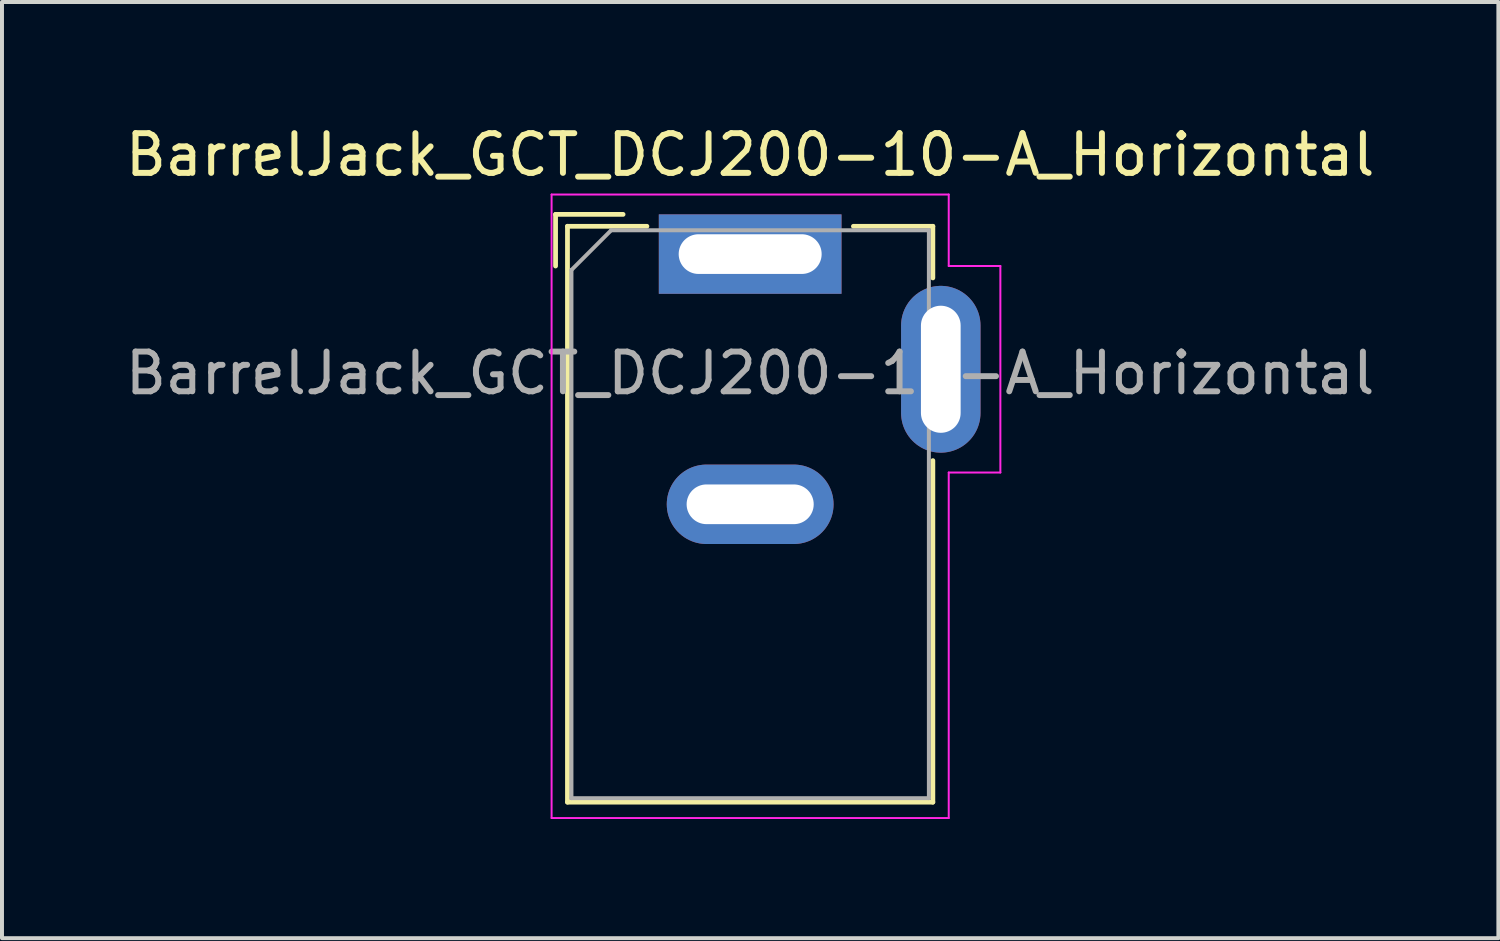
<source format=kicad_pcb>
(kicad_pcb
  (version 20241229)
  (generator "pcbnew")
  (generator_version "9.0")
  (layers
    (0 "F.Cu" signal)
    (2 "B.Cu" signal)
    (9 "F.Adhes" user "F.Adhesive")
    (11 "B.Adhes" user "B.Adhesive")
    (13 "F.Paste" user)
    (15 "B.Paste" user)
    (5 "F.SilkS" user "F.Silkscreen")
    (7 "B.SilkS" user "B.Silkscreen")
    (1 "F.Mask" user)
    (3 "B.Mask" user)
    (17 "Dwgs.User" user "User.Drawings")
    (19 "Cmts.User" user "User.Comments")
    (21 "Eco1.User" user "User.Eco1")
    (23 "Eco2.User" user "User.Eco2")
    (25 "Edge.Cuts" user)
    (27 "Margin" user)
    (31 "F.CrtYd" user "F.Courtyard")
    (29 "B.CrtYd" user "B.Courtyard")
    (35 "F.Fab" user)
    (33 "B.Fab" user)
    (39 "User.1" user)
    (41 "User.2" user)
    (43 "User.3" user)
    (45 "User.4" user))
  (footprint "BarrelJack_GCT_DCJ200-10-A_Horizontal"
    (layer "F.Cu")
    (at 15.839 3.348)
    (property "Reference" "BarrelJack_GCT_DCJ200-10-A_Horizontal" (at 0 -2.5 0) (layer "F.SilkS") (effects (font (size 1 1) (thickness 0.15))))
    (attr through_hole)
    (fp_line (start -4.9 -1) (end -4.9 0.3) (stroke (width 0.12) (type solid)) (layer "F.SilkS"))
    (fp_line (start -4.6 -0.7) (end -2.6 -0.7) (stroke (width 0.12) (type solid)) (layer "F.SilkS"))
    (fp_line (start -4.6 13.8) (end -4.6 -0.7) (stroke (width 0.12) (type solid)) (layer "F.SilkS"))
    (fp_line (start -3.2 -1) (end -4.9 -1) (stroke (width 0.12) (type solid)) (layer "F.SilkS"))
    (fp_line (start 2.6 -0.7) (end 4.6 -0.7) (stroke (width 0.12) (type solid)) (layer "F.SilkS"))
    (fp_line (start 4.6 -0.7) (end 4.6 0.6) (stroke (width 0.12) (type solid)) (layer "F.SilkS"))
    (fp_line (start 4.6 5.2) (end 4.6 13.8) (stroke (width 0.12) (type solid)) (layer "F.SilkS"))
    (fp_line (start 4.6 13.8) (end -4.6 13.8) (stroke (width 0.12) (type solid)) (layer "F.SilkS"))
    (fp_line (start -5 -1.5) (end -5 14.2) (stroke (width 0.05) (type solid)) (layer "F.CrtYd"))
    (fp_line (start -5 14.2) (end 5 14.2) (stroke (width 0.05) (type solid)) (layer "F.CrtYd"))
    (fp_line (start 5 -1.5) (end -5 -1.5) (stroke (width 0.05) (type solid)) (layer "F.CrtYd"))
    (fp_line (start 5 0.3) (end 5 -1.5) (stroke (width 0.05) (type solid)) (layer "F.CrtYd"))
    (fp_line (start 5 14.2) (end 5 5.5) (stroke (width 0.05) (type solid)) (layer "F.CrtYd"))
    (fp_line (start 6.3 0.3) (end 5 0.3) (stroke (width 0.05) (type solid)) (layer "F.CrtYd"))
    (fp_line (start 6.3 0.3) (end 6.3 5.5) (stroke (width 0.05) (type solid)) (layer "F.CrtYd"))
    (fp_line (start 6.3 5.5) (end 5 5.5) (stroke (width 0.05) (type solid)) (layer "F.CrtYd"))
    (fp_line (start -4.5 0.4) (end -3.5 -0.6) (stroke (width 0.1) (type solid)) (layer "F.Fab"))
    (fp_line (start -4.5 13.7) (end -4.5 0.4) (stroke (width 0.1) (type solid)) (layer "F.Fab"))
    (fp_line (start 4.5 -0.6) (end -3.5 -0.6) (stroke (width 0.1) (type solid)) (layer "F.Fab"))
    (fp_line (start 4.5 -0.6) (end 4.5 13.7) (stroke (width 0.1) (type solid)) (layer "F.Fab"))
    (fp_line (start 4.5 13.7) (end -4.5 13.7) (stroke (width 0.1) (type solid)) (layer "F.Fab"))
    (fp_text user "${REFERENCE}" (at 0 3 0) (layer "F.Fab") (effects (font (size 1 1) (thickness 0.15))))
    (pad "1" thru_hole rect (at 0 0) (size 4.6 2) (drill oval 3.6 1) (layers "*.Cu" "*.Mask"))
    (pad "2" thru_hole oval (at 0 6.3) (size 4.2 2) (drill oval 3.2 1) (layers "*.Cu" "*.Mask"))
    (pad "3" thru_hole oval (at 4.8 2.9) (size 2 4.2) (drill oval 1 3.2) (layers "*.Cu" "*.Mask")))
  (gr_rect
    (start -3 -3)
    (end 34.679 20.573)
    (stroke (width 0.1) (type default))
    (fill no)
    (layer "Edge.Cuts")))
</source>
